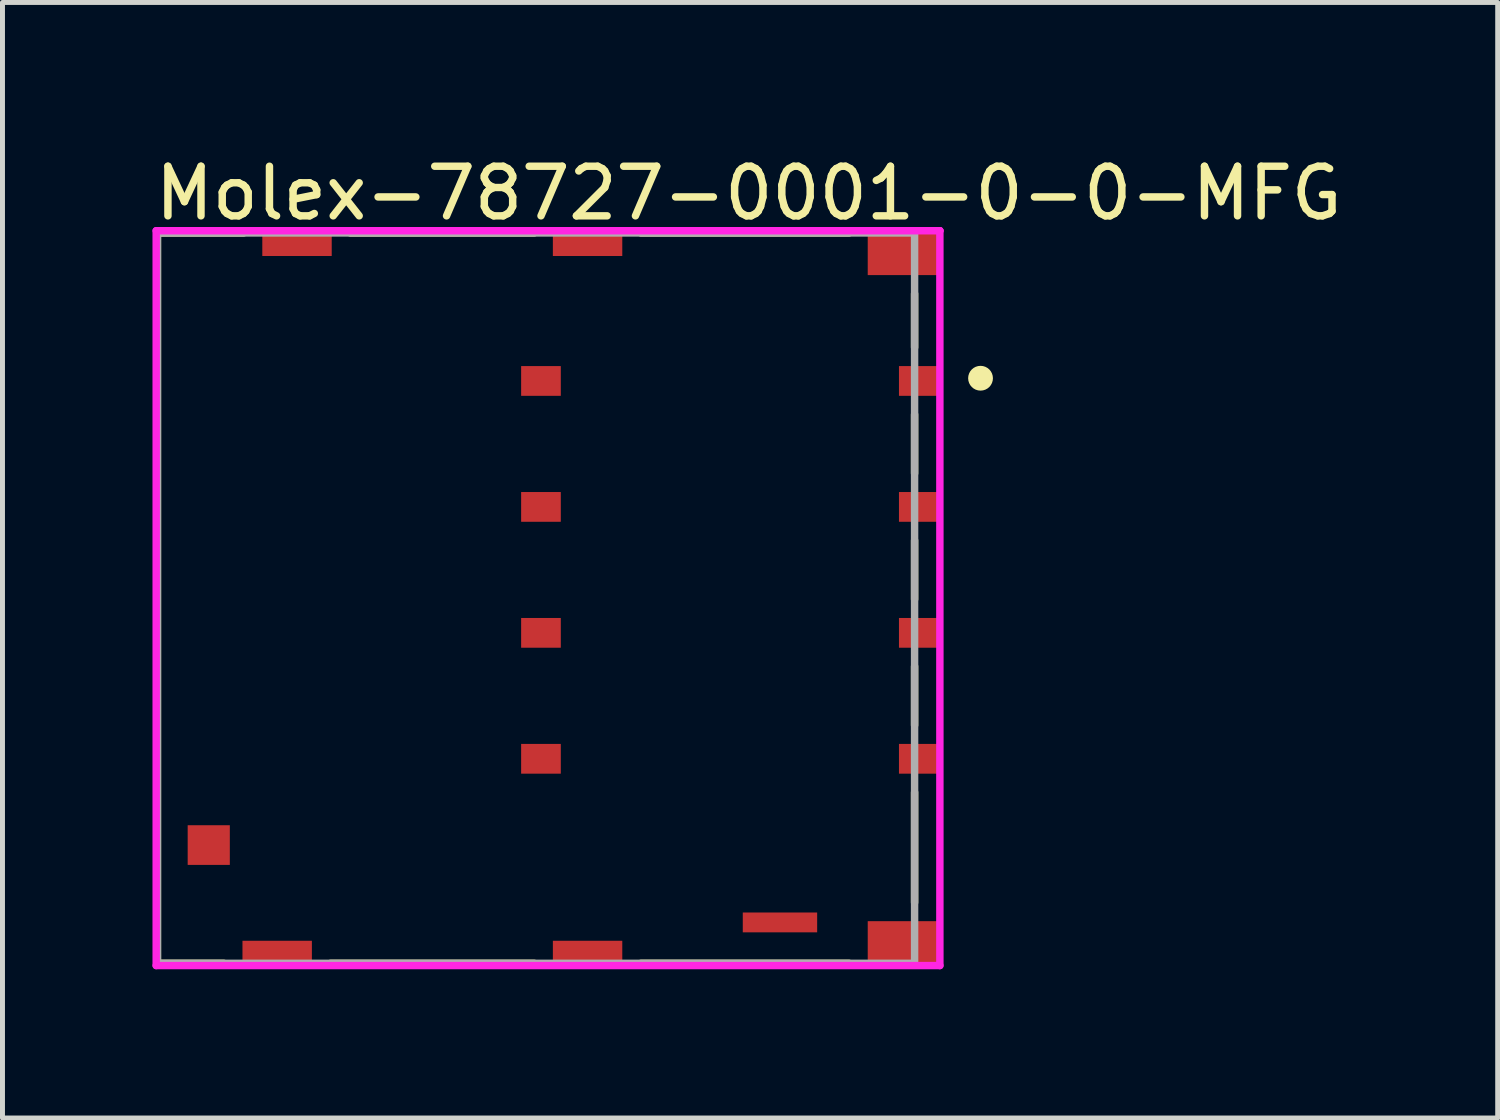
<source format=kicad_pcb>
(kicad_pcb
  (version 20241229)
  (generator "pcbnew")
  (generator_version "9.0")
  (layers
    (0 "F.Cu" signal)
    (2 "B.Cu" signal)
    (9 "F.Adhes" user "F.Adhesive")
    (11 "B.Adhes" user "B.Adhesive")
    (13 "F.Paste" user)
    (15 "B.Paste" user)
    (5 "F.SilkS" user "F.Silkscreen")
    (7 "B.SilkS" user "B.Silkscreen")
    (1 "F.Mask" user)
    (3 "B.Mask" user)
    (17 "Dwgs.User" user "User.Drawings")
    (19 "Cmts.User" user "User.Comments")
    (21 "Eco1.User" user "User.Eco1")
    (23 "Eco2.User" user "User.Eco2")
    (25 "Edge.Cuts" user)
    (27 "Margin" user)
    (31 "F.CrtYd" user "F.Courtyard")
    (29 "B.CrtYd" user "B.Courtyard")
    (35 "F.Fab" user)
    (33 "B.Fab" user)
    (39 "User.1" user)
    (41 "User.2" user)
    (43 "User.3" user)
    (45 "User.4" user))
  (footprint "Molex-78727-0001-0-0-MFG"
    (layer "F.Cu")
    (at 6.405 9.013)
    (property "Reference" "Molex-78727-0001-0-0-MFG" (at -6.405 -8.165 0) (layer "F.SilkS") (effects (font (size 1 1) (thickness 0.15)) (justify left)))
    (attr through_hole)
    (fp_line (start -6.28 -7.365) (end -4.54 -7.365) (stroke (width 0.15) (type solid)) (layer "F.SilkS"))
    (fp_line (start -6.28 7.365) (end -6.28 -7.365) (stroke (width 0.15) (type solid)) (layer "F.SilkS"))
    (fp_line (start -6.28 7.365) (end -4.94 7.365) (stroke (width 0.15) (type solid)) (layer "F.SilkS"))
    (fp_line (start -2.79 7.365) (end 1.32 7.365) (stroke (width 0.15) (type solid)) (layer "F.SilkS"))
    (fp_line (start -2.39 -7.365) (end 1.32 -7.365) (stroke (width 0.15) (type solid)) (layer "F.SilkS"))
    (fp_line (start 3.47 -7.365) (end 7.67 -7.365) (stroke (width 0.15) (type solid)) (layer "F.SilkS"))
    (fp_line (start 3.47 7.365) (end 7.67 7.365) (stroke (width 0.15) (type solid)) (layer "F.SilkS"))
    (fp_line (start 8.99 -5.055) (end 8.99 -6.14) (stroke (width 0.15) (type solid)) (layer "F.SilkS"))
    (fp_line (start 8.99 -2.515) (end 8.99 -3.705) (stroke (width 0.15) (type solid)) (layer "F.SilkS"))
    (fp_line (start 8.99 0.025) (end 8.99 -1.165) (stroke (width 0.15) (type solid)) (layer "F.SilkS"))
    (fp_line (start 8.99 2.565) (end 8.99 1.375) (stroke (width 0.15) (type solid)) (layer "F.SilkS"))
    (fp_line (start 8.99 6.14) (end 8.99 3.915) (stroke (width 0.15) (type solid)) (layer "F.SilkS"))
    (fp_circle (center 10.32 -4.435) (end 10.445 -4.435) (stroke (width 0.25) (type solid)) (fill no) (layer "F.SilkS"))
    (fp_line (start -6.305 -7.41) (end -6.305 7.41) (stroke (width 0.15) (type solid)) (layer "F.CrtYd"))
    (fp_line (start -6.305 7.41) (end 9.5 7.41) (stroke (width 0.15) (type solid)) (layer "F.CrtYd"))
    (fp_line (start 9.5 -7.41) (end -6.305 -7.41) (stroke (width 0.15) (type solid)) (layer "F.CrtYd"))
    (fp_line (start 9.5 -7.41) (end 9.5 -7.41) (stroke (width 0.15) (type solid)) (layer "F.CrtYd"))
    (fp_line (start 9.5 7.41) (end 9.5 -7.41) (stroke (width 0.15) (type solid)) (layer "F.CrtYd"))
    (fp_line (start -6.28 -7.365) (end 8.99 -7.365) (stroke (width 0.15) (type solid)) (layer "F.Fab"))
    (fp_line (start -6.28 7.365) (end -6.28 -7.365) (stroke (width 0.15) (type solid)) (layer "F.Fab"))
    (fp_line (start 8.99 -7.365) (end 8.99 7.365) (stroke (width 0.15) (type solid)) (layer "F.Fab"))
    (fp_line (start 8.99 7.365) (end -6.28 7.365) (stroke (width 0.15) (type solid)) (layer "F.Fab"))
    (pad "1" smd rect (at -3.465 -7.11) (size 1.4 0.42) (layers "F.Cu" "F.Mask" "F.Paste"))
    (pad "2" smd rect (at 2.395 -7.11) (size 1.4 0.42) (layers "F.Cu" "F.Mask" "F.Paste"))
    (pad "3" smd rect (at 8.745 -6.95) (size 1.4 0.87) (layers "F.Cu" "F.Mask" "F.Paste"))
    (pad "4" smd rect (at -5.245 4.98) (size 0.85 0.8) (layers "F.Cu" "F.Mask" "F.Paste"))
    (pad "5" smd rect (at -3.865 7.12) (size 1.4 0.42) (layers "F.Cu" "F.Mask" "F.Paste"))
    (pad "6" smd rect (at 2.395 7.12) (size 1.4 0.42) (layers "F.Cu" "F.Mask" "F.Paste"))
    (pad "7" smd rect (at 6.275 6.54) (size 1.5 0.4) (layers "F.Cu" "F.Mask" "F.Paste"))
    (pad "8" smd rect (at 8.745 6.95) (size 1.4 0.87) (layers "F.Cu" "F.Mask" "F.Paste"))
    (pad "C1" smd rect (at 9.075 -4.38) (size 0.8 0.6) (layers "F.Cu" "F.Mask" "F.Paste"))
    (pad "C2" smd rect (at 9.075 -1.84) (size 0.8 0.6) (layers "F.Cu" "F.Mask" "F.Paste"))
    (pad "C3" smd rect (at 9.075 0.7) (size 0.8 0.6) (layers "F.Cu" "F.Mask" "F.Paste"))
    (pad "C4" smd rect (at 9.075 3.24) (size 0.8 0.6) (layers "F.Cu" "F.Mask" "F.Paste"))
    (pad "C5" smd rect (at 1.455 -4.38) (size 0.8 0.6) (layers "F.Cu" "F.Mask" "F.Paste"))
    (pad "C6" smd rect (at 1.455 -1.84) (size 0.8 0.6) (layers "F.Cu" "F.Mask" "F.Paste"))
    (pad "C7" smd rect (at 1.455 0.7) (size 0.8 0.6) (layers "F.Cu" "F.Mask" "F.Paste"))
    (pad "C8" smd rect (at 1.455 3.24) (size 0.8 0.6) (layers "F.Cu" "F.Mask" "F.Paste")))
  (gr_rect
    (start -3 -3)
    (end 27.155 19.498)
    (stroke (width 0.1) (type default))
    (fill no)
    (layer "Edge.Cuts")))
</source>
